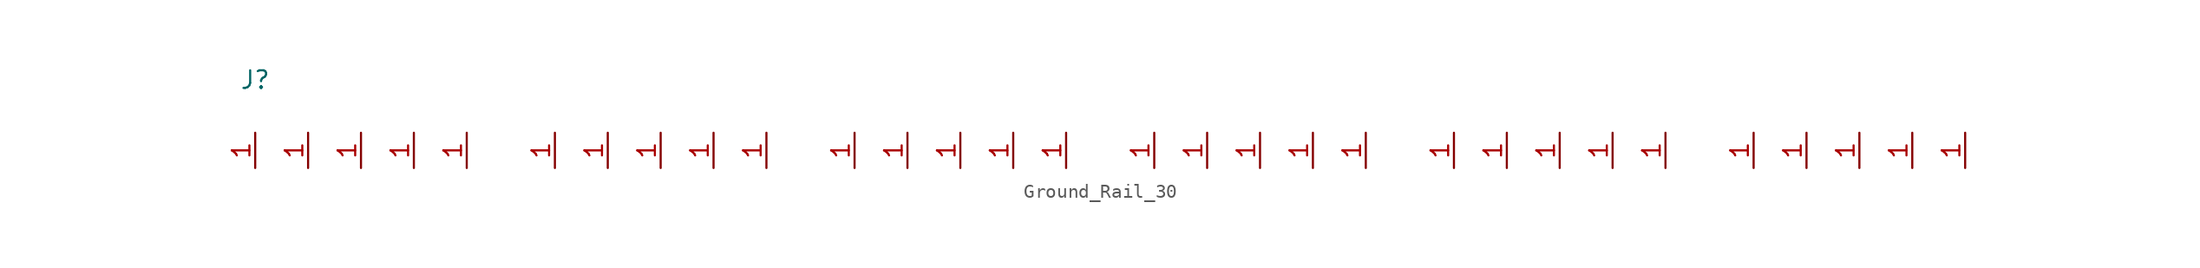
<source format=kicad_sym>
(kicad_symbol_lib
  (version 20220914)
  (generator kicad_symbol_editor)
  (symbol "Ground_Rail_30"
    (property "Reference" "J"
      (at 0 2.54 0)
      (effects (font (size 1.27 1.27))))
    (symbol "Ground_Rail_30_1_1"
      (pin passive line (at 0 -1.27 270) (length 2.54) (name "" (effects (font (size 1.27 1.27)))) (number "1" (effects (font (size 1.27 1.27)))))
      (pin passive line (at 3.81 -1.27 270) (length 2.54) (name "" (effects (font (size 1.27 1.27)))) (number "1" (effects (font (size 1.27 1.27)))))
      (pin passive line (at 7.62 -1.27 270) (length 2.54) (name "" (effects (font (size 1.27 1.27)))) (number "1" (effects (font (size 1.27 1.27)))))
      (pin passive line (at 11.43 -1.27 270) (length 2.54) (name "" (effects (font (size 1.27 1.27)))) (number "1" (effects (font (size 1.27 1.27)))))
      (pin passive line (at 15.24 -1.27 270) (length 2.54) (name "" (effects (font (size 1.27 1.27)))) (number "1" (effects (font (size 1.27 1.27)))))
      (pin passive line (at 21.59 -1.27 270) (length 2.54) (name "" (effects (font (size 1.27 1.27)))) (number "1" (effects (font (size 1.27 1.27)))))
      (pin passive line (at 25.4 -1.27 270) (length 2.54) (name "" (effects (font (size 1.27 1.27)))) (number "1" (effects (font (size 1.27 1.27)))))
      (pin passive line (at 29.21 -1.27 270) (length 2.54) (name "" (effects (font (size 1.27 1.27)))) (number "1" (effects (font (size 1.27 1.27)))))
      (pin passive line (at 33.02 -1.27 270) (length 2.54) (name "" (effects (font (size 1.27 1.27)))) (number "1" (effects (font (size 1.27 1.27)))))
      (pin passive line (at 36.83 -1.27 270) (length 2.54) (name "" (effects (font (size 1.27 1.27)))) (number "1" (effects (font (size 1.27 1.27)))))
      (pin passive line (at 43.18 -1.27 270) (length 2.54) (name "" (effects (font (size 1.27 1.27)))) (number "1" (effects (font (size 1.27 1.27)))))
      (pin passive line (at 46.99 -1.27 270) (length 2.54) (name "" (effects (font (size 1.27 1.27)))) (number "1" (effects (font (size 1.27 1.27)))))
      (pin passive line (at 50.8 -1.27 270) (length 2.54) (name "" (effects (font (size 1.27 1.27)))) (number "1" (effects (font (size 1.27 1.27)))))
      (pin passive line (at 54.61 -1.27 270) (length 2.54) (name "" (effects (font (size 1.27 1.27)))) (number "1" (effects (font (size 1.27 1.27)))))
      (pin passive line (at 58.42 -1.27 270) (length 2.54) (name "" (effects (font (size 1.27 1.27)))) (number "1" (effects (font (size 1.27 1.27)))))
      (pin passive line (at 64.77 -1.27 270) (length 2.54) (name "" (effects (font (size 1.27 1.27)))) (number "1" (effects (font (size 1.27 1.27)))))
      (pin passive line (at 68.58 -1.27 270) (length 2.54) (name "" (effects (font (size 1.27 1.27)))) (number "1" (effects (font (size 1.27 1.27)))))
      (pin passive line (at 72.39 -1.27 270) (length 2.54) (name "" (effects (font (size 1.27 1.27)))) (number "1" (effects (font (size 1.27 1.27)))))
      (pin passive line (at 76.2 -1.27 270) (length 2.54) (name "" (effects (font (size 1.27 1.27)))) (number "1" (effects (font (size 1.27 1.27)))))
      (pin passive line (at 80.01 -1.27 270) (length 2.54) (name "" (effects (font (size 1.27 1.27)))) (number "1" (effects (font (size 1.27 1.27)))))
      (pin passive line (at 86.36 -1.27 270) (length 2.54) (name "" (effects (font (size 1.27 1.27)))) (number "1" (effects (font (size 1.27 1.27)))))
      (pin passive line (at 90.17 -1.27 270) (length 2.54) (name "" (effects (font (size 1.27 1.27)))) (number "1" (effects (font (size 1.27 1.27)))))
      (pin passive line (at 93.98 -1.27 270) (length 2.54) (name "" (effects (font (size 1.27 1.27)))) (number "1" (effects (font (size 1.27 1.27)))))
      (pin passive line (at 97.79 -1.27 270) (length 2.54) (name "" (effects (font (size 1.27 1.27)))) (number "1" (effects (font (size 1.27 1.27)))))
      (pin passive line (at 101.6 -1.27 270) (length 2.54) (name "" (effects (font (size 1.27 1.27)))) (number "1" (effects (font (size 1.27 1.27)))))
      (pin passive line (at 107.95 -1.27 270) (length 2.54) (name "" (effects (font (size 1.27 1.27)))) (number "1" (effects (font (size 1.27 1.27)))))
      (pin passive line (at 111.76 -1.27 270) (length 2.54) (name "" (effects (font (size 1.27 1.27)))) (number "1" (effects (font (size 1.27 1.27)))))
      (pin passive line (at 115.57 -1.27 270) (length 2.54) (name "" (effects (font (size 1.27 1.27)))) (number "1" (effects (font (size 1.27 1.27)))))
      (pin passive line (at 119.38 -1.27 270) (length 2.54) (name "" (effects (font (size 1.27 1.27)))) (number "1" (effects (font (size 1.27 1.27)))))
      (pin passive line (at 123.19 -1.27 270) (length 2.54) (name "" (effects (font (size 1.27 1.27)))) (number "1" (effects (font (size 1.27 1.27))))))))
</source>
